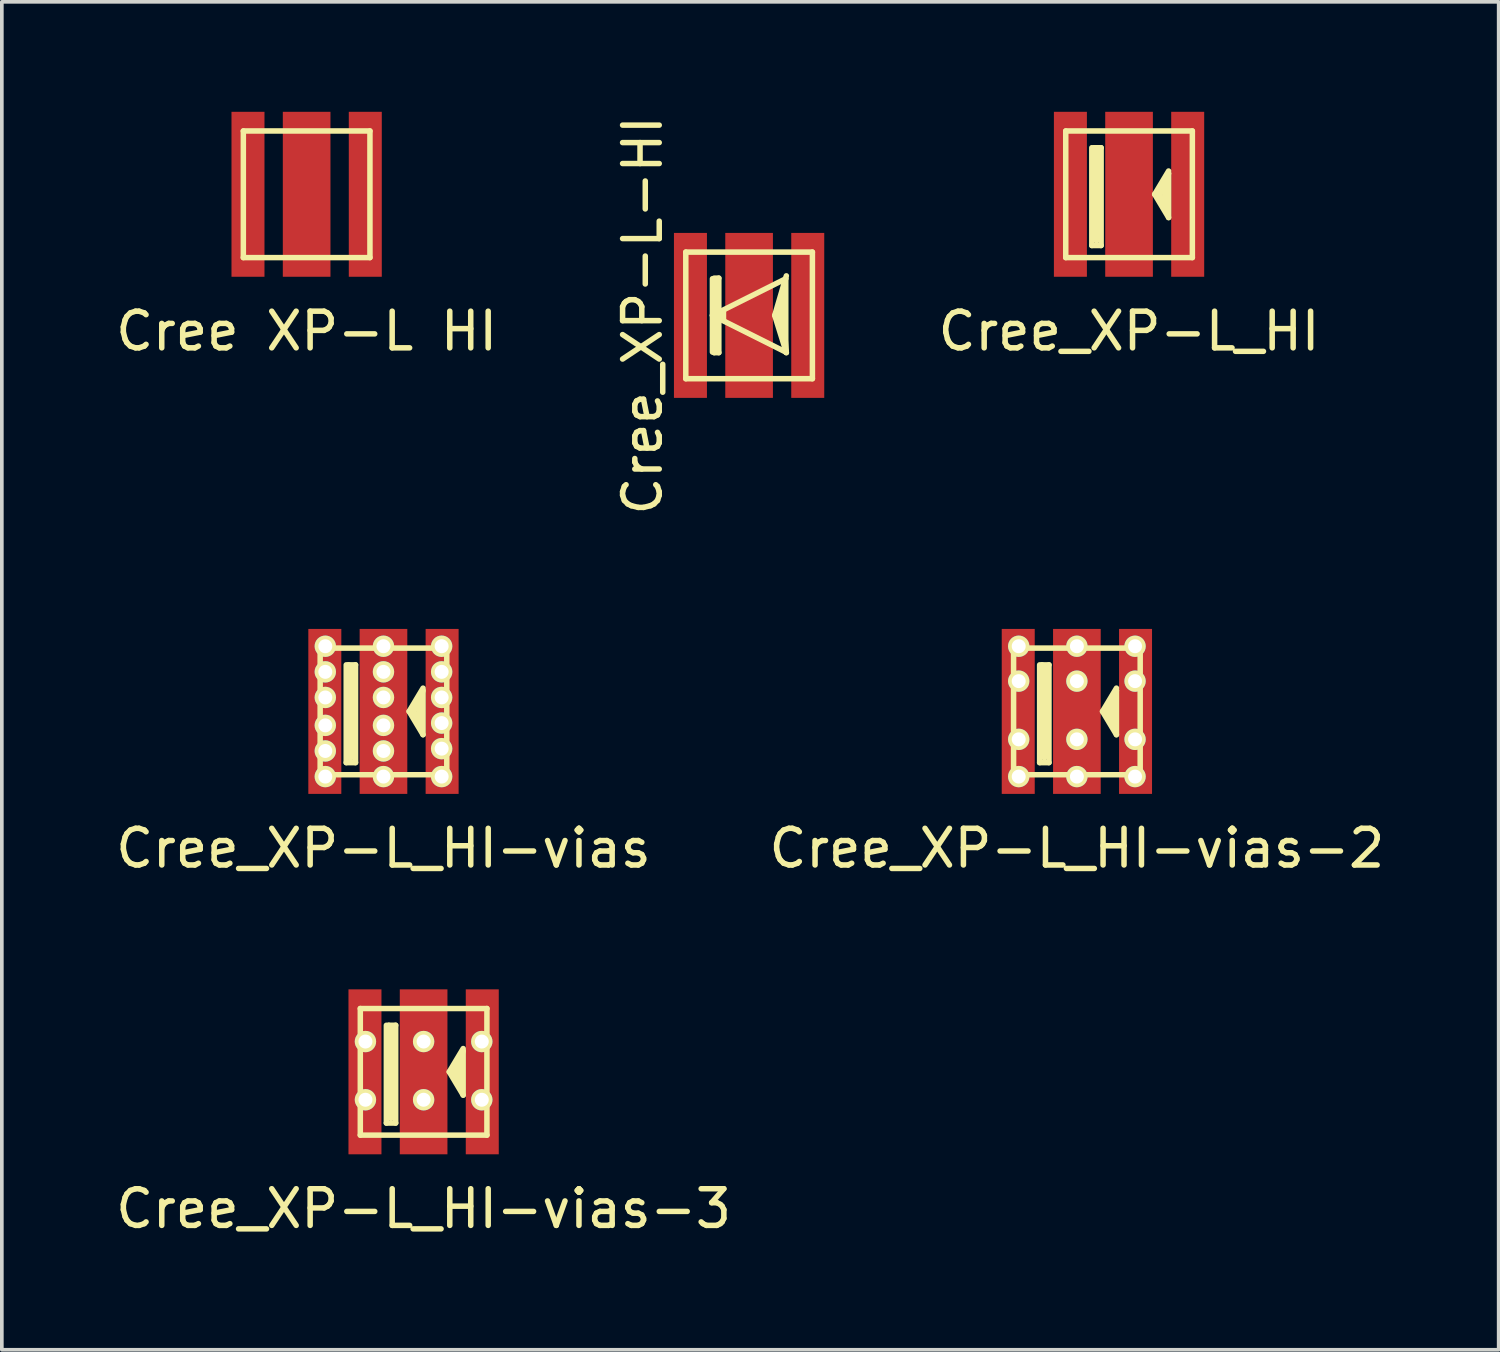
<source format=kicad_pcb>
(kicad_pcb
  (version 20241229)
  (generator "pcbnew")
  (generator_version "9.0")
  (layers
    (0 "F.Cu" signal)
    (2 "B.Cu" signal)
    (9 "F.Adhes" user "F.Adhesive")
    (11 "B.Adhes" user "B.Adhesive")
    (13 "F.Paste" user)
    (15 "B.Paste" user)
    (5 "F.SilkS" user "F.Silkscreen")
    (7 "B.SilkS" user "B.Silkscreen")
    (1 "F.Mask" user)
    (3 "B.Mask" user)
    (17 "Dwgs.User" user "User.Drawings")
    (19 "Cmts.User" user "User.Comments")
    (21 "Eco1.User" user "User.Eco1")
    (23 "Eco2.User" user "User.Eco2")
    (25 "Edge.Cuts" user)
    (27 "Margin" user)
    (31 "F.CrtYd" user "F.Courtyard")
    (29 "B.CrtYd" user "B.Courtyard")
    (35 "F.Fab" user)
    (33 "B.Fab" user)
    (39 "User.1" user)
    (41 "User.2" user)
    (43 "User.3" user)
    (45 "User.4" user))
  (footprint "Cree XP-L HI"
    (layer "F.Cu")
    (at 5.315 2.25)
    (property "Reference" "Cree XP-L HI" (at 0 3.734 0) (layer "F.SilkS") (effects (font (size 1 1) (thickness 0.15))))
    (attr through_hole)
    (fp_line (start -1.727 -1.727) (end 1.727 -1.727) (stroke (width 0.15) (type solid)) (layer "F.SilkS"))
    (fp_line (start -1.727 1.727) (end -1.727 -1.727) (stroke (width 0.15) (type solid)) (layer "F.SilkS"))
    (fp_line (start 1.727 -1.727) (end 1.727 1.727) (stroke (width 0.15) (type solid)) (layer "F.SilkS"))
    (fp_line (start 1.727 1.727) (end -1.727 1.727) (stroke (width 0.15) (type solid)) (layer "F.SilkS"))
    (pad "1" smd rect (at 0 0) (size 1.3 4.5) (layers "F.Cu" "F.Mask" "F.Paste"))
    (pad "2" smd rect (at 1.6 0) (size 0.9 4.5) (layers "F.Cu" "F.Mask" "F.Paste"))
    (pad "3" smd rect (at -1.6 0) (size 0.9 4.5) (layers "F.Cu" "F.Mask" "F.Paste")))
  (footprint "Cree_XP-L_HI-vias"
    (layer "F.Cu")
    (at 7.411 16.357)
    (property "Reference" "Cree_XP-L_HI-vias" (at 0 3.734 0) (layer "F.SilkS") (effects (font (size 1 1) (thickness 0.15))))
    (attr through_hole)
    (fp_line (start -1.727 -1.727) (end 1.727 -1.727) (stroke (width 0.15) (type solid)) (layer "F.SilkS"))
    (fp_line (start -1.727 1.727) (end -1.727 -1.727) (stroke (width 0.15) (type solid)) (layer "F.SilkS"))
    (fp_line (start -1.016 -1.27) (end -1.016 1.397) (stroke (width 0.15) (type solid)) (layer "F.SilkS"))
    (fp_line (start -1.016 1.397) (end -0.762 1.397) (stroke (width 0.15) (type solid)) (layer "F.SilkS"))
    (fp_line (start -0.953 -1.27) (end -0.889 -1.206) (stroke (width 0.15) (type solid)) (layer "F.SilkS"))
    (fp_line (start -0.889 -1.206) (end -0.889 1.27) (stroke (width 0.15) (type solid)) (layer "F.SilkS"))
    (fp_line (start -0.762 -1.27) (end -0.953 -1.27) (stroke (width 0.15) (type solid)) (layer "F.SilkS"))
    (fp_line (start -0.762 1.397) (end -0.762 -1.27) (stroke (width 0.15) (type solid)) (layer "F.SilkS"))
    (fp_line (start 0.699 0) (end 1.079 0.635) (stroke (width 0.15) (type solid)) (layer "F.SilkS"))
    (fp_line (start 0.826 0) (end 0.889 -0.127) (stroke (width 0.15) (type solid)) (layer "F.SilkS"))
    (fp_line (start 0.889 -0.127) (end 0.889 -0.191) (stroke (width 0.15) (type solid)) (layer "F.SilkS"))
    (fp_line (start 0.953 -0.191) (end 1.016 0.381) (stroke (width 0.15) (type solid)) (layer "F.SilkS"))
    (fp_line (start 1.016 0.381) (end 0.826 0) (stroke (width 0.15) (type solid)) (layer "F.SilkS"))
    (fp_line (start 1.079 -0.635) (end 0.699 0) (stroke (width 0.15) (type solid)) (layer "F.SilkS"))
    (fp_line (start 1.079 -0.572) (end 0.953 -0.191) (stroke (width 0.15) (type solid)) (layer "F.SilkS"))
    (fp_line (start 1.079 0.635) (end 1.079 -0.572) (stroke (width 0.15) (type solid)) (layer "F.SilkS"))
    (fp_line (start 1.727 -1.727) (end 1.727 1.727) (stroke (width 0.15) (type solid)) (layer "F.SilkS"))
    (fp_line (start 1.727 1.727) (end -1.727 1.727) (stroke (width 0.15) (type solid)) (layer "F.SilkS"))
    (pad "1" smd rect (at -1.6 0) (size 0.9 4.5) (layers "F.Cu" "F.Mask" "F.Paste"))
    (pad "1" thru_hole circle (at -1.587 -1.778) (size 0.584 0.584) (drill 0.381) (layers "*.Cu" "*.Mask" "F.SilkS"))
    (pad "1" thru_hole circle (at -1.587 -1.079) (size 0.584 0.584) (drill 0.381) (layers "*.Cu" "*.Mask" "F.SilkS"))
    (pad "1" thru_hole circle (at -1.587 -0.381) (size 0.584 0.584) (drill 0.381) (layers "*.Cu" "*.Mask" "F.SilkS"))
    (pad "1" thru_hole circle (at -1.587 0.381) (size 0.584 0.584) (drill 0.381) (layers "*.Cu" "*.Mask" "F.SilkS"))
    (pad "1" thru_hole circle (at -1.587 1.079) (size 0.584 0.584) (drill 0.381) (layers "*.Cu" "*.Mask" "F.SilkS"))
    (pad "1" thru_hole circle (at -1.587 1.778) (size 0.584 0.584) (drill 0.381) (layers "*.Cu" "*.Mask" "F.SilkS"))
    (pad "2" thru_hole circle (at 1.587 -1.778) (size 0.584 0.584) (drill 0.381) (layers "*.Cu" "*.Mask" "F.SilkS"))
    (pad "2" thru_hole circle (at 1.587 -1.079) (size 0.584 0.584) (drill 0.381) (layers "*.Cu" "*.Mask" "F.SilkS"))
    (pad "2" thru_hole circle (at 1.587 -0.381) (size 0.584 0.584) (drill 0.381) (layers "*.Cu" "*.Mask" "F.SilkS"))
    (pad "2" thru_hole circle (at 1.587 0.318) (size 0.584 0.584) (drill 0.381) (layers "*.Cu" "*.Mask" "F.SilkS"))
    (pad "2" thru_hole circle (at 1.587 1.016) (size 0.584 0.584) (drill 0.381) (layers "*.Cu" "*.Mask" "F.SilkS"))
    (pad "2" thru_hole circle (at 1.587 1.778) (size 0.584 0.584) (drill 0.381) (layers "*.Cu" "*.Mask" "F.SilkS"))
    (pad "2" smd rect (at 1.6 0) (size 0.9 4.5) (layers "F.Cu" "F.Mask" "F.Paste"))
    (pad "3" thru_hole circle (at 0 -1.778) (size 0.584 0.584) (drill 0.381) (layers "*.Cu" "*.Mask" "F.SilkS"))
    (pad "3" thru_hole circle (at 0 -1.079) (size 0.584 0.584) (drill 0.381) (layers "*.Cu" "*.Mask" "F.SilkS"))
    (pad "3" thru_hole circle (at 0 -0.381) (size 0.584 0.584) (drill 0.381) (layers "*.Cu" "*.Mask" "F.SilkS"))
    (pad "3" smd rect (at 0 0) (size 1.3 4.5) (layers "F.Cu" "F.Mask" "F.Paste"))
    (pad "3" thru_hole circle (at 0 0.381) (size 0.584 0.584) (drill 0.381) (layers "*.Cu" "*.Mask" "F.SilkS"))
    (pad "3" thru_hole circle (at 0 1.079) (size 0.584 0.584) (drill 0.381) (layers "*.Cu" "*.Mask" "F.SilkS"))
    (pad "3" thru_hole circle (at 0 1.778) (size 0.584 0.584) (drill 0.381) (layers "*.Cu" "*.Mask" "F.SilkS")))
  (footprint "Cree_XP-L-HI"
    (layer "F.Cu")
    (at 17.385 5.554)
    (property "Reference" "Cree_XP-L-HI" (at -2.906 0 90) (layer "F.SilkS") (effects (font (size 1 1) (thickness 0.15))))
    (attr through_hole)
    (fp_line (start -1.727 -1.727) (end 1.727 -1.727) (stroke (width 0.15) (type solid)) (layer "F.SilkS"))
    (fp_line (start -1.727 1.727) (end -1.727 -1.727) (stroke (width 0.15) (type solid)) (layer "F.SilkS"))
    (fp_line (start -1 -1) (end -1 1) (stroke (width 0.15) (type solid)) (layer "F.SilkS"))
    (fp_line (start -1 0) (end 1 1) (stroke (width 0.15) (type solid)) (layer "F.SilkS"))
    (fp_line (start -0.953 -1.016) (end -0.826 -1.016) (stroke (width 0.15) (type solid)) (layer "F.SilkS"))
    (fp_line (start -0.953 1.016) (end -0.889 0.889) (stroke (width 0.15) (type solid)) (layer "F.SilkS"))
    (fp_line (start -0.889 0.889) (end -0.889 -0.953) (stroke (width 0.15) (type solid)) (layer "F.SilkS"))
    (fp_line (start -0.826 -1.016) (end -0.826 1.016) (stroke (width 0.15) (type solid)) (layer "F.SilkS"))
    (fp_line (start -0.826 1.016) (end -0.953 1.016) (stroke (width 0.15) (type solid)) (layer "F.SilkS"))
    (fp_line (start -0.699 -0.127) (end -0.699 0.127) (stroke (width 0.15) (type solid)) (layer "F.SilkS"))
    (fp_line (start -0.699 0.127) (end -0.826 0) (stroke (width 0.15) (type solid)) (layer "F.SilkS"))
    (fp_line (start 0.699 0) (end 1.016 1.016) (stroke (width 0.15) (type solid)) (layer "F.SilkS"))
    (fp_line (start 0.826 0) (end 0.889 0.318) (stroke (width 0.15) (type solid)) (layer "F.SilkS"))
    (fp_line (start 0.889 -0.445) (end 0.826 0) (stroke (width 0.15) (type solid)) (layer "F.SilkS"))
    (fp_line (start 1 -1) (end -1 0) (stroke (width 0.15) (type solid)) (layer "F.SilkS"))
    (fp_line (start 1 1) (end 1 -1) (stroke (width 0.15) (type solid)) (layer "F.SilkS"))
    (fp_line (start 1.016 -1.079) (end 0.699 0) (stroke (width 0.15) (type solid)) (layer "F.SilkS"))
    (fp_line (start 1.016 1.016) (end 0.889 -0.445) (stroke (width 0.15) (type solid)) (layer "F.SilkS"))
    (fp_line (start 1.727 -1.727) (end 1.727 1.727) (stroke (width 0.15) (type solid)) (layer "F.SilkS"))
    (fp_line (start 1.727 1.727) (end -1.727 1.727) (stroke (width 0.15) (type solid)) (layer "F.SilkS"))
    (pad "1" smd rect (at -1.6 0) (size 0.9 4.5) (layers "F.Cu" "F.Mask" "F.Paste"))
    (pad "2" smd rect (at 1.6 0) (size 0.9 4.5) (layers "F.Cu" "F.Mask" "F.Paste"))
    (pad "3" smd rect (at 0 0) (size 1.3 4.5) (layers "F.Cu" "F.Mask" "F.Paste")))
  (footprint "Cree_XP-L_HI-vias-2"
    (layer "F.Cu")
    (at 26.327 16.357)
    (property "Reference" "Cree_XP-L_HI-vias-2" (at 0 3.734 0) (layer "F.SilkS") (effects (font (size 1 1) (thickness 0.15))))
    (attr through_hole)
    (fp_line (start -1.727 -1.727) (end 1.727 -1.727) (stroke (width 0.15) (type solid)) (layer "F.SilkS"))
    (fp_line (start -1.727 1.727) (end -1.727 -1.727) (stroke (width 0.15) (type solid)) (layer "F.SilkS"))
    (fp_line (start -1.016 -1.27) (end -1.016 1.397) (stroke (width 0.15) (type solid)) (layer "F.SilkS"))
    (fp_line (start -1.016 1.397) (end -0.762 1.397) (stroke (width 0.15) (type solid)) (layer "F.SilkS"))
    (fp_line (start -0.953 -1.27) (end -0.889 -1.206) (stroke (width 0.15) (type solid)) (layer "F.SilkS"))
    (fp_line (start -0.889 -1.206) (end -0.889 1.27) (stroke (width 0.15) (type solid)) (layer "F.SilkS"))
    (fp_line (start -0.762 -1.27) (end -0.953 -1.27) (stroke (width 0.15) (type solid)) (layer "F.SilkS"))
    (fp_line (start -0.762 1.397) (end -0.762 -1.27) (stroke (width 0.15) (type solid)) (layer "F.SilkS"))
    (fp_line (start 0.699 0) (end 1.079 0.635) (stroke (width 0.15) (type solid)) (layer "F.SilkS"))
    (fp_line (start 0.826 0) (end 0.889 -0.127) (stroke (width 0.15) (type solid)) (layer "F.SilkS"))
    (fp_line (start 0.889 -0.127) (end 0.889 -0.191) (stroke (width 0.15) (type solid)) (layer "F.SilkS"))
    (fp_line (start 0.953 -0.191) (end 1.016 0.381) (stroke (width 0.15) (type solid)) (layer "F.SilkS"))
    (fp_line (start 1.016 0.381) (end 0.826 0) (stroke (width 0.15) (type solid)) (layer "F.SilkS"))
    (fp_line (start 1.079 -0.635) (end 0.699 0) (stroke (width 0.15) (type solid)) (layer "F.SilkS"))
    (fp_line (start 1.079 -0.572) (end 0.953 -0.191) (stroke (width 0.15) (type solid)) (layer "F.SilkS"))
    (fp_line (start 1.079 0.635) (end 1.079 -0.572) (stroke (width 0.15) (type solid)) (layer "F.SilkS"))
    (fp_line (start 1.727 -1.727) (end 1.727 1.727) (stroke (width 0.15) (type solid)) (layer "F.SilkS"))
    (fp_line (start 1.727 1.727) (end -1.727 1.727) (stroke (width 0.15) (type solid)) (layer "F.SilkS"))
    (pad "1" smd rect (at -1.6 0) (size 0.9 4.5) (layers "F.Cu" "F.Mask" "F.Paste"))
    (pad "1" thru_hole circle (at -1.587 -1.778) (size 0.584 0.584) (drill 0.381) (layers "*.Cu" "*.Mask" "F.SilkS"))
    (pad "1" thru_hole circle (at -1.587 -0.826) (size 0.584 0.584) (drill 0.381) (layers "*.Cu" "*.Mask" "F.SilkS"))
    (pad "1" thru_hole circle (at -1.587 0.762) (size 0.584 0.584) (drill 0.381) (layers "*.Cu" "*.Mask" "F.SilkS"))
    (pad "1" thru_hole circle (at -1.587 1.778) (size 0.584 0.584) (drill 0.381) (layers "*.Cu" "*.Mask" "F.SilkS"))
    (pad "2" thru_hole circle (at 1.587 -1.778) (size 0.584 0.584) (drill 0.381) (layers "*.Cu" "*.Mask" "F.SilkS"))
    (pad "2" thru_hole circle (at 1.587 -0.826) (size 0.584 0.584) (drill 0.381) (layers "*.Cu" "*.Mask" "F.SilkS"))
    (pad "2" thru_hole circle (at 1.587 0.762) (size 0.584 0.584) (drill 0.381) (layers "*.Cu" "*.Mask" "F.SilkS"))
    (pad "2" thru_hole circle (at 1.587 1.778) (size 0.584 0.584) (drill 0.381) (layers "*.Cu" "*.Mask" "F.SilkS"))
    (pad "2" smd rect (at 1.6 0) (size 0.9 4.5) (layers "F.Cu" "F.Mask" "F.Paste"))
    (pad "3" thru_hole circle (at 0 -1.778) (size 0.584 0.584) (drill 0.381) (layers "*.Cu" "*.Mask" "F.SilkS"))
    (pad "3" thru_hole circle (at 0 -0.826) (size 0.584 0.584) (drill 0.381) (layers "*.Cu" "*.Mask" "F.SilkS"))
    (pad "3" smd rect (at 0 0) (size 1.3 4.5) (layers "F.Cu" "F.Mask" "F.Paste"))
    (pad "3" thru_hole circle (at 0 0.762) (size 0.584 0.584) (drill 0.381) (layers "*.Cu" "*.Mask" "F.SilkS"))
    (pad "3" thru_hole circle (at 0 1.778) (size 0.584 0.584) (drill 0.381) (layers "*.Cu" "*.Mask" "F.SilkS")))
  (footprint "Cree_XP-L_HI"
    (layer "F.Cu")
    (at 27.75 2.25)
    (property "Reference" "Cree_XP-L_HI" (at 0 3.734 0) (layer "F.SilkS") (effects (font (size 1 1) (thickness 0.15))))
    (attr through_hole)
    (fp_line (start -1.727 -1.727) (end 1.727 -1.727) (stroke (width 0.15) (type solid)) (layer "F.SilkS"))
    (fp_line (start -1.727 1.727) (end -1.727 -1.727) (stroke (width 0.15) (type solid)) (layer "F.SilkS"))
    (fp_line (start -1.016 -1.27) (end -1.016 1.397) (stroke (width 0.15) (type solid)) (layer "F.SilkS"))
    (fp_line (start -1.016 1.397) (end -0.762 1.397) (stroke (width 0.15) (type solid)) (layer "F.SilkS"))
    (fp_line (start -0.953 -1.27) (end -0.889 -1.206) (stroke (width 0.15) (type solid)) (layer "F.SilkS"))
    (fp_line (start -0.889 -1.206) (end -0.889 1.27) (stroke (width 0.15) (type solid)) (layer "F.SilkS"))
    (fp_line (start -0.762 -1.27) (end -0.953 -1.27) (stroke (width 0.15) (type solid)) (layer "F.SilkS"))
    (fp_line (start -0.762 1.397) (end -0.762 -1.27) (stroke (width 0.15) (type solid)) (layer "F.SilkS"))
    (fp_line (start 0.699 0) (end 1.079 0.635) (stroke (width 0.15) (type solid)) (layer "F.SilkS"))
    (fp_line (start 0.826 0) (end 0.889 -0.127) (stroke (width 0.15) (type solid)) (layer "F.SilkS"))
    (fp_line (start 0.889 -0.127) (end 0.889 -0.191) (stroke (width 0.15) (type solid)) (layer "F.SilkS"))
    (fp_line (start 0.953 -0.191) (end 1.016 0.381) (stroke (width 0.15) (type solid)) (layer "F.SilkS"))
    (fp_line (start 1.016 0.381) (end 0.826 0) (stroke (width 0.15) (type solid)) (layer "F.SilkS"))
    (fp_line (start 1.079 -0.635) (end 0.699 0) (stroke (width 0.15) (type solid)) (layer "F.SilkS"))
    (fp_line (start 1.079 -0.572) (end 0.953 -0.191) (stroke (width 0.15) (type solid)) (layer "F.SilkS"))
    (fp_line (start 1.079 0.635) (end 1.079 -0.572) (stroke (width 0.15) (type solid)) (layer "F.SilkS"))
    (fp_line (start 1.727 -1.727) (end 1.727 1.727) (stroke (width 0.15) (type solid)) (layer "F.SilkS"))
    (fp_line (start 1.727 1.727) (end -1.727 1.727) (stroke (width 0.15) (type solid)) (layer "F.SilkS"))
    (pad "1" smd rect (at -1.6 0) (size 0.9 4.5) (layers "F.Cu" "F.Mask" "F.Paste"))
    (pad "2" smd rect (at 1.6 0) (size 0.9 4.5) (layers "F.Cu" "F.Mask" "F.Paste"))
    (pad "3" smd rect (at 0 0) (size 1.3 4.5) (layers "F.Cu" "F.Mask" "F.Paste")))
  (footprint "Cree_XP-L_HI-vias-3"
    (layer "F.Cu")
    (at 8.506 26.189)
    (property "Reference" "Cree_XP-L_HI-vias-3" (at 0 3.734 0) (layer "F.SilkS") (effects (font (size 1 1) (thickness 0.15))))
    (attr through_hole)
    (fp_line (start -1.727 -1.727) (end 1.727 -1.727) (stroke (width 0.15) (type solid)) (layer "F.SilkS"))
    (fp_line (start -1.727 1.727) (end -1.727 -1.727) (stroke (width 0.15) (type solid)) (layer "F.SilkS"))
    (fp_line (start -1.016 -1.27) (end -1.016 1.397) (stroke (width 0.15) (type solid)) (layer "F.SilkS"))
    (fp_line (start -1.016 1.397) (end -0.762 1.397) (stroke (width 0.15) (type solid)) (layer "F.SilkS"))
    (fp_line (start -0.953 -1.27) (end -0.889 -1.206) (stroke (width 0.15) (type solid)) (layer "F.SilkS"))
    (fp_line (start -0.889 -1.206) (end -0.889 1.27) (stroke (width 0.15) (type solid)) (layer "F.SilkS"))
    (fp_line (start -0.762 -1.27) (end -0.953 -1.27) (stroke (width 0.15) (type solid)) (layer "F.SilkS"))
    (fp_line (start -0.762 1.397) (end -0.762 -1.27) (stroke (width 0.15) (type solid)) (layer "F.SilkS"))
    (fp_line (start 0.699 0) (end 1.079 0.635) (stroke (width 0.15) (type solid)) (layer "F.SilkS"))
    (fp_line (start 0.826 0) (end 0.889 -0.127) (stroke (width 0.15) (type solid)) (layer "F.SilkS"))
    (fp_line (start 0.889 -0.127) (end 0.889 -0.191) (stroke (width 0.15) (type solid)) (layer "F.SilkS"))
    (fp_line (start 0.953 -0.191) (end 1.016 0.381) (stroke (width 0.15) (type solid)) (layer "F.SilkS"))
    (fp_line (start 1.016 0.381) (end 0.826 0) (stroke (width 0.15) (type solid)) (layer "F.SilkS"))
    (fp_line (start 1.079 -0.635) (end 0.699 0) (stroke (width 0.15) (type solid)) (layer "F.SilkS"))
    (fp_line (start 1.079 -0.572) (end 0.953 -0.191) (stroke (width 0.15) (type solid)) (layer "F.SilkS"))
    (fp_line (start 1.079 0.635) (end 1.079 -0.572) (stroke (width 0.15) (type solid)) (layer "F.SilkS"))
    (fp_line (start 1.727 -1.727) (end 1.727 1.727) (stroke (width 0.15) (type solid)) (layer "F.SilkS"))
    (fp_line (start 1.727 1.727) (end -1.727 1.727) (stroke (width 0.15) (type solid)) (layer "F.SilkS"))
    (pad "1" smd rect (at -1.6 0) (size 0.9 4.5) (layers "F.Cu" "F.Mask" "F.Paste"))
    (pad "1" thru_hole circle (at -1.587 -0.826) (size 0.584 0.584) (drill 0.381) (layers "*.Cu" "*.Mask" "F.SilkS"))
    (pad "1" thru_hole circle (at -1.587 0.762) (size 0.584 0.584) (drill 0.381) (layers "*.Cu" "*.Mask" "F.SilkS"))
    (pad "2" thru_hole circle (at 1.587 -0.826) (size 0.584 0.584) (drill 0.381) (layers "*.Cu" "*.Mask" "F.SilkS"))
    (pad "2" thru_hole circle (at 1.587 0.762) (size 0.584 0.584) (drill 0.381) (layers "*.Cu" "*.Mask" "F.SilkS"))
    (pad "2" smd rect (at 1.6 0) (size 0.9 4.5) (layers "F.Cu" "F.Mask" "F.Paste"))
    (pad "3" thru_hole circle (at 0 -0.826) (size 0.584 0.584) (drill 0.381) (layers "*.Cu" "*.Mask" "F.SilkS"))
    (pad "3" smd rect (at 0 0) (size 1.3 4.5) (layers "F.Cu" "F.Mask" "F.Paste"))
    (pad "3" thru_hole circle (at 0 0.762) (size 0.584 0.584) (drill 0.381) (layers "*.Cu" "*.Mask" "F.SilkS")))
  (gr_rect
    (start -3 -3)
    (end 37.833 33.771)
    (stroke (width 0.1) (type default))
    (fill no)
    (layer "Edge.Cuts")))
</source>
